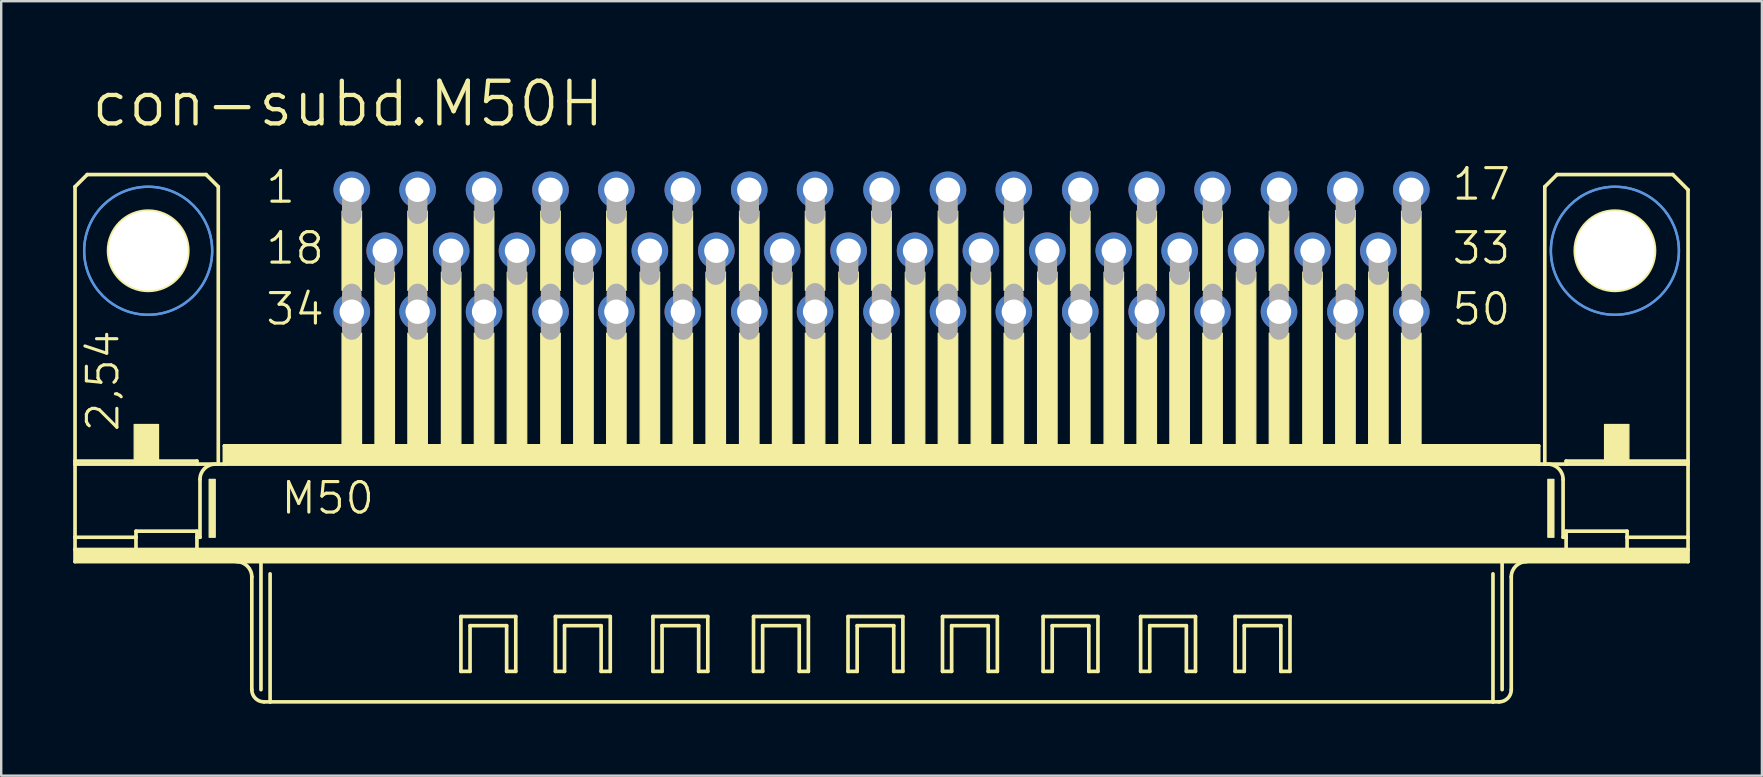
<source format=kicad_pcb>
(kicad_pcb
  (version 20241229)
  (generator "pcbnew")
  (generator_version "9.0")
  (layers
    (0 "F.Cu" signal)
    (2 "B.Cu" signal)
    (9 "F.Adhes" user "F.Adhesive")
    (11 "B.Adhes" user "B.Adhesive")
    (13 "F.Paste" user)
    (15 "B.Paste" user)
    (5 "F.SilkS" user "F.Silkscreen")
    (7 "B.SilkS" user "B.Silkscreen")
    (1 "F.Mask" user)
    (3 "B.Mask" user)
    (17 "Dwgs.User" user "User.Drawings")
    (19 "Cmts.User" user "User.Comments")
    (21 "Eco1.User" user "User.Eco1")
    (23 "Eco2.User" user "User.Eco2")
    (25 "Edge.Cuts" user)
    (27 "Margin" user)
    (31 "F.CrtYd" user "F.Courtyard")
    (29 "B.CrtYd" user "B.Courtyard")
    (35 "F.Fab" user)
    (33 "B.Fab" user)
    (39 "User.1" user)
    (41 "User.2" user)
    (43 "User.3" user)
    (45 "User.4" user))
  (footprint "con-subd.M50H"
    (layer "F.Cu")
    (at 33.68 7.398)
    (property "Reference" "con-subd.M50H" (at -33.02 -5.08 0) (layer "F.SilkS") (effects (font (size 1.778 1.778) (thickness 0.18)) (justify left bottom)))
    (attr through_hole)
    (fp_line (start -33.604 -2.667) (end -33.604 8.763) (stroke (width 0.152) (type default)) (layer "F.SilkS"))
    (fp_line (start -33.604 8.89) (end -33.604 8.763) (stroke (width 0.152) (type default)) (layer "F.SilkS"))
    (fp_line (start -33.604 11.938) (end -33.604 8.89) (stroke (width 0.152) (type default)) (layer "F.SilkS"))
    (fp_line (start -33.604 12.446) (end -33.604 11.938) (stroke (width 0.152) (type default)) (layer "F.SilkS"))
    (fp_line (start -33.604 12.954) (end -33.604 12.446) (stroke (width 0.152) (type default)) (layer "F.SilkS"))
    (fp_line (start -33.096 -3.175) (end -33.604 -2.667) (stroke (width 0.152) (type default)) (layer "F.SilkS"))
    (fp_line (start -31.064 11.938) (end -33.604 11.938) (stroke (width 0.152) (type default)) (layer "F.SilkS"))
    (fp_line (start -31.064 11.938) (end -31.064 11.684) (stroke (width 0.152) (type default)) (layer "F.SilkS"))
    (fp_line (start -31.064 11.938) (end -31.064 12.446) (stroke (width 0.152) (type default)) (layer "F.SilkS"))
    (fp_line (start -31.064 12.446) (end -33.604 12.446) (stroke (width 0.152) (type default)) (layer "F.SilkS"))
    (fp_line (start -28.524 8.763) (end -33.604 8.763) (stroke (width 0.152) (type default)) (layer "F.SilkS"))
    (fp_line (start -28.524 8.763) (end -28.524 8.89) (stroke (width 0.152) (type default)) (layer "F.SilkS"))
    (fp_line (start -28.524 8.89) (end -33.604 8.89) (stroke (width 0.152) (type default)) (layer "F.SilkS"))
    (fp_line (start -28.524 11.684) (end -31.064 11.684) (stroke (width 0.152) (type default)) (layer "F.SilkS"))
    (fp_line (start -28.524 11.684) (end -28.524 11.938) (stroke (width 0.152) (type default)) (layer "F.SilkS"))
    (fp_line (start -28.524 11.938) (end -28.524 12.446) (stroke (width 0.152) (type default)) (layer "F.SilkS"))
    (fp_line (start -28.524 12.446) (end -31.064 12.446) (stroke (width 0.152) (type default)) (layer "F.SilkS"))
    (fp_line (start -28.397 9.525) (end -28.397 11.938) (stroke (width 0.152) (type default)) (layer "F.SilkS"))
    (fp_line (start -28.397 11.938) (end -28.524 11.938) (stroke (width 0.152) (type default)) (layer "F.SilkS"))
    (fp_line (start -28.143 -3.175) (end -33.096 -3.175) (stroke (width 0.152) (type default)) (layer "F.SilkS"))
    (fp_line (start -27.635 -2.667) (end -28.143 -3.175) (stroke (width 0.152) (type default)) (layer "F.SilkS"))
    (fp_line (start -27.635 -2.667) (end -27.635 8.89) (stroke (width 0.152) (type default)) (layer "F.SilkS"))
    (fp_line (start -27.635 8.89) (end -28.524 8.89) (stroke (width 0.152) (type default)) (layer "F.SilkS"))
    (fp_line (start -27.381 8.89) (end -27.635 8.89) (stroke (width 0.152) (type default)) (layer "F.SilkS"))
    (fp_line (start -27.381 8.89) (end -27.381 8.128) (stroke (width 0.152) (type default)) (layer "F.SilkS"))
    (fp_line (start -26.238 13.589) (end -26.238 18.288) (stroke (width 0.152) (type default)) (layer "F.SilkS"))
    (fp_line (start -25.857 12.954) (end -33.604 12.954) (stroke (width 0.152) (type default)) (layer "F.SilkS"))
    (fp_line (start -25.857 12.954) (end -25.857 18.288) (stroke (width 0.152) (type default)) (layer "F.SilkS"))
    (fp_line (start -25.476 13.462) (end -25.476 18.796) (stroke (width 0.152) (type default)) (layer "F.SilkS"))
    (fp_line (start -25.476 18.796) (end -25.73 18.796) (stroke (width 0.152) (type default)) (layer "F.SilkS"))
    (fp_line (start -17.526 15.24) (end -15.24 15.24) (stroke (width 0.152) (type default)) (layer "F.SilkS"))
    (fp_line (start -17.526 17.526) (end -17.526 15.24) (stroke (width 0.152) (type default)) (layer "F.SilkS"))
    (fp_line (start -17.145 15.621) (end -17.145 17.526) (stroke (width 0.152) (type default)) (layer "F.SilkS"))
    (fp_line (start -17.145 17.526) (end -17.526 17.526) (stroke (width 0.152) (type default)) (layer "F.SilkS"))
    (fp_line (start -15.621 15.621) (end -17.145 15.621) (stroke (width 0.152) (type default)) (layer "F.SilkS"))
    (fp_line (start -15.621 17.526) (end -15.621 15.621) (stroke (width 0.152) (type default)) (layer "F.SilkS"))
    (fp_line (start -15.24 15.24) (end -15.24 17.526) (stroke (width 0.152) (type default)) (layer "F.SilkS"))
    (fp_line (start -15.24 17.526) (end -15.621 17.526) (stroke (width 0.152) (type default)) (layer "F.SilkS"))
    (fp_line (start -13.589 15.24) (end -11.303 15.24) (stroke (width 0.152) (type default)) (layer "F.SilkS"))
    (fp_line (start -13.589 17.526) (end -13.589 15.24) (stroke (width 0.152) (type default)) (layer "F.SilkS"))
    (fp_line (start -13.208 15.621) (end -13.208 17.526) (stroke (width 0.152) (type default)) (layer "F.SilkS"))
    (fp_line (start -13.208 17.526) (end -13.589 17.526) (stroke (width 0.152) (type default)) (layer "F.SilkS"))
    (fp_line (start -11.684 15.621) (end -13.208 15.621) (stroke (width 0.152) (type default)) (layer "F.SilkS"))
    (fp_line (start -11.684 17.526) (end -11.684 15.621) (stroke (width 0.152) (type default)) (layer "F.SilkS"))
    (fp_line (start -11.303 15.24) (end -11.303 17.526) (stroke (width 0.152) (type default)) (layer "F.SilkS"))
    (fp_line (start -11.303 17.526) (end -11.684 17.526) (stroke (width 0.152) (type default)) (layer "F.SilkS"))
    (fp_line (start -9.525 15.24) (end -7.239 15.24) (stroke (width 0.152) (type default)) (layer "F.SilkS"))
    (fp_line (start -9.525 17.526) (end -9.525 15.24) (stroke (width 0.152) (type default)) (layer "F.SilkS"))
    (fp_line (start -9.144 15.621) (end -9.144 17.526) (stroke (width 0.152) (type default)) (layer "F.SilkS"))
    (fp_line (start -9.144 17.526) (end -9.525 17.526) (stroke (width 0.152) (type default)) (layer "F.SilkS"))
    (fp_line (start -7.62 15.621) (end -9.144 15.621) (stroke (width 0.152) (type default)) (layer "F.SilkS"))
    (fp_line (start -7.62 17.526) (end -7.62 15.621) (stroke (width 0.152) (type default)) (layer "F.SilkS"))
    (fp_line (start -7.239 15.24) (end -7.239 17.526) (stroke (width 0.152) (type default)) (layer "F.SilkS"))
    (fp_line (start -7.239 17.526) (end -7.62 17.526) (stroke (width 0.152) (type default)) (layer "F.SilkS"))
    (fp_line (start -5.334 15.24) (end -3.048 15.24) (stroke (width 0.152) (type default)) (layer "F.SilkS"))
    (fp_line (start -5.334 17.526) (end -5.334 15.24) (stroke (width 0.152) (type default)) (layer "F.SilkS"))
    (fp_line (start -4.953 15.621) (end -4.953 17.526) (stroke (width 0.152) (type default)) (layer "F.SilkS"))
    (fp_line (start -4.953 17.526) (end -5.334 17.526) (stroke (width 0.152) (type default)) (layer "F.SilkS"))
    (fp_line (start -3.429 15.621) (end -4.953 15.621) (stroke (width 0.152) (type default)) (layer "F.SilkS"))
    (fp_line (start -3.429 17.526) (end -3.429 15.621) (stroke (width 0.152) (type default)) (layer "F.SilkS"))
    (fp_line (start -3.048 15.24) (end -3.048 17.526) (stroke (width 0.152) (type default)) (layer "F.SilkS"))
    (fp_line (start -3.048 17.526) (end -3.429 17.526) (stroke (width 0.152) (type default)) (layer "F.SilkS"))
    (fp_line (start -1.397 15.24) (end 0.889 15.24) (stroke (width 0.152) (type default)) (layer "F.SilkS"))
    (fp_line (start -1.397 17.526) (end -1.397 15.24) (stroke (width 0.152) (type default)) (layer "F.SilkS"))
    (fp_line (start -1.016 15.621) (end -1.016 17.526) (stroke (width 0.152) (type default)) (layer "F.SilkS"))
    (fp_line (start -1.016 17.526) (end -1.397 17.526) (stroke (width 0.152) (type default)) (layer "F.SilkS"))
    (fp_line (start 0.508 15.621) (end -1.016 15.621) (stroke (width 0.152) (type default)) (layer "F.SilkS"))
    (fp_line (start 0.508 17.526) (end 0.508 15.621) (stroke (width 0.152) (type default)) (layer "F.SilkS"))
    (fp_line (start 0.889 15.24) (end 0.889 17.526) (stroke (width 0.152) (type default)) (layer "F.SilkS"))
    (fp_line (start 0.889 17.526) (end 0.508 17.526) (stroke (width 0.152) (type default)) (layer "F.SilkS"))
    (fp_line (start 2.54 15.24) (end 4.826 15.24) (stroke (width 0.152) (type default)) (layer "F.SilkS"))
    (fp_line (start 2.54 17.526) (end 2.54 15.24) (stroke (width 0.152) (type default)) (layer "F.SilkS"))
    (fp_line (start 2.921 15.621) (end 2.921 17.526) (stroke (width 0.152) (type default)) (layer "F.SilkS"))
    (fp_line (start 2.921 17.526) (end 2.54 17.526) (stroke (width 0.152) (type default)) (layer "F.SilkS"))
    (fp_line (start 4.445 15.621) (end 2.921 15.621) (stroke (width 0.152) (type default)) (layer "F.SilkS"))
    (fp_line (start 4.445 17.526) (end 4.445 15.621) (stroke (width 0.152) (type default)) (layer "F.SilkS"))
    (fp_line (start 4.826 15.24) (end 4.826 17.526) (stroke (width 0.152) (type default)) (layer "F.SilkS"))
    (fp_line (start 4.826 17.526) (end 4.445 17.526) (stroke (width 0.152) (type default)) (layer "F.SilkS"))
    (fp_line (start 6.731 15.24) (end 9.017 15.24) (stroke (width 0.152) (type default)) (layer "F.SilkS"))
    (fp_line (start 6.731 17.526) (end 6.731 15.24) (stroke (width 0.152) (type default)) (layer "F.SilkS"))
    (fp_line (start 7.112 15.621) (end 7.112 17.526) (stroke (width 0.152) (type default)) (layer "F.SilkS"))
    (fp_line (start 7.112 17.526) (end 6.731 17.526) (stroke (width 0.152) (type default)) (layer "F.SilkS"))
    (fp_line (start 8.636 15.621) (end 7.112 15.621) (stroke (width 0.152) (type default)) (layer "F.SilkS"))
    (fp_line (start 8.636 17.526) (end 8.636 15.621) (stroke (width 0.152) (type default)) (layer "F.SilkS"))
    (fp_line (start 9.017 15.24) (end 9.017 17.526) (stroke (width 0.152) (type default)) (layer "F.SilkS"))
    (fp_line (start 9.017 17.526) (end 8.636 17.526) (stroke (width 0.152) (type default)) (layer "F.SilkS"))
    (fp_line (start 10.795 15.24) (end 13.081 15.24) (stroke (width 0.152) (type default)) (layer "F.SilkS"))
    (fp_line (start 10.795 17.526) (end 10.795 15.24) (stroke (width 0.152) (type default)) (layer "F.SilkS"))
    (fp_line (start 11.176 15.621) (end 11.176 17.526) (stroke (width 0.152) (type default)) (layer "F.SilkS"))
    (fp_line (start 11.176 17.526) (end 10.795 17.526) (stroke (width 0.152) (type default)) (layer "F.SilkS"))
    (fp_line (start 12.7 15.621) (end 11.176 15.621) (stroke (width 0.152) (type default)) (layer "F.SilkS"))
    (fp_line (start 12.7 17.526) (end 12.7 15.621) (stroke (width 0.152) (type default)) (layer "F.SilkS"))
    (fp_line (start 13.081 15.24) (end 13.081 17.526) (stroke (width 0.152) (type default)) (layer "F.SilkS"))
    (fp_line (start 13.081 17.526) (end 12.7 17.526) (stroke (width 0.152) (type default)) (layer "F.SilkS"))
    (fp_line (start 14.732 15.24) (end 17.018 15.24) (stroke (width 0.152) (type default)) (layer "F.SilkS"))
    (fp_line (start 14.732 17.526) (end 14.732 15.24) (stroke (width 0.152) (type default)) (layer "F.SilkS"))
    (fp_line (start 15.113 15.621) (end 15.113 17.526) (stroke (width 0.152) (type default)) (layer "F.SilkS"))
    (fp_line (start 15.113 17.526) (end 14.732 17.526) (stroke (width 0.152) (type default)) (layer "F.SilkS"))
    (fp_line (start 16.637 15.621) (end 15.113 15.621) (stroke (width 0.152) (type default)) (layer "F.SilkS"))
    (fp_line (start 16.637 17.526) (end 16.637 15.621) (stroke (width 0.152) (type default)) (layer "F.SilkS"))
    (fp_line (start 17.018 15.24) (end 17.018 17.526) (stroke (width 0.152) (type default)) (layer "F.SilkS"))
    (fp_line (start 17.018 17.526) (end 16.637 17.526) (stroke (width 0.152) (type default)) (layer "F.SilkS"))
    (fp_line (start 25.476 13.462) (end 25.476 18.796) (stroke (width 0.152) (type default)) (layer "F.SilkS"))
    (fp_line (start 25.476 18.796) (end -25.476 18.796) (stroke (width 0.152) (type default)) (layer "F.SilkS"))
    (fp_line (start 25.73 18.796) (end 25.476 18.796) (stroke (width 0.152) (type default)) (layer "F.SilkS"))
    (fp_line (start 25.857 12.954) (end -25.857 12.954) (stroke (width 0.152) (type default)) (layer "F.SilkS"))
    (fp_line (start 25.857 12.954) (end 25.857 18.288) (stroke (width 0.152) (type default)) (layer "F.SilkS"))
    (fp_line (start 26.238 13.589) (end 26.238 18.288) (stroke (width 0.152) (type default)) (layer "F.SilkS"))
    (fp_line (start 27.381 8.128) (end -27.381 8.128) (stroke (width 0.152) (type default)) (layer "F.SilkS"))
    (fp_line (start 27.381 8.89) (end -27.381 8.89) (stroke (width 0.152) (type default)) (layer "F.SilkS"))
    (fp_line (start 27.381 8.89) (end 27.381 8.128) (stroke (width 0.152) (type default)) (layer "F.SilkS"))
    (fp_line (start 27.635 -2.667) (end 27.635 8.89) (stroke (width 0.152) (type default)) (layer "F.SilkS"))
    (fp_line (start 27.635 8.89) (end 27.381 8.89) (stroke (width 0.152) (type default)) (layer "F.SilkS"))
    (fp_line (start 28.143 -3.175) (end 27.635 -2.667) (stroke (width 0.152) (type default)) (layer "F.SilkS"))
    (fp_line (start 28.143 -3.175) (end 32.969 -3.175) (stroke (width 0.152) (type default)) (layer "F.SilkS"))
    (fp_line (start 28.397 9.525) (end 28.397 11.938) (stroke (width 0.152) (type default)) (layer "F.SilkS"))
    (fp_line (start 28.524 8.763) (end 28.524 8.89) (stroke (width 0.152) (type default)) (layer "F.SilkS"))
    (fp_line (start 28.524 8.89) (end 27.635 8.89) (stroke (width 0.152) (type default)) (layer "F.SilkS"))
    (fp_line (start 28.524 11.684) (end 28.524 11.938) (stroke (width 0.152) (type default)) (layer "F.SilkS"))
    (fp_line (start 28.524 11.938) (end 28.397 11.938) (stroke (width 0.152) (type default)) (layer "F.SilkS"))
    (fp_line (start 28.524 11.938) (end 28.524 12.446) (stroke (width 0.152) (type default)) (layer "F.SilkS"))
    (fp_line (start 28.524 12.446) (end -28.524 12.446) (stroke (width 0.152) (type default)) (layer "F.SilkS"))
    (fp_line (start 31.064 11.684) (end 28.524 11.684) (stroke (width 0.152) (type default)) (layer "F.SilkS"))
    (fp_line (start 31.064 11.938) (end 31.064 11.684) (stroke (width 0.152) (type default)) (layer "F.SilkS"))
    (fp_line (start 31.064 11.938) (end 31.064 12.446) (stroke (width 0.152) (type default)) (layer "F.SilkS"))
    (fp_line (start 31.064 12.446) (end 28.524 12.446) (stroke (width 0.152) (type default)) (layer "F.SilkS"))
    (fp_line (start 32.969 -3.175) (end 33.604 -2.54) (stroke (width 0.152) (type default)) (layer "F.SilkS"))
    (fp_line (start 33.604 -2.54) (end 33.604 8.763) (stroke (width 0.152) (type default)) (layer "F.SilkS"))
    (fp_line (start 33.604 8.763) (end 28.524 8.763) (stroke (width 0.152) (type default)) (layer "F.SilkS"))
    (fp_line (start 33.604 8.89) (end 28.524 8.89) (stroke (width 0.152) (type default)) (layer "F.SilkS"))
    (fp_line (start 33.604 8.89) (end 33.604 8.763) (stroke (width 0.152) (type default)) (layer "F.SilkS"))
    (fp_line (start 33.604 8.89) (end 33.604 11.938) (stroke (width 0.152) (type default)) (layer "F.SilkS"))
    (fp_line (start 33.604 11.938) (end 31.064 11.938) (stroke (width 0.152) (type default)) (layer "F.SilkS"))
    (fp_line (start 33.604 11.938) (end 33.604 12.446) (stroke (width 0.152) (type default)) (layer "F.SilkS"))
    (fp_line (start 33.604 12.446) (end 31.064 12.446) (stroke (width 0.152) (type default)) (layer "F.SilkS"))
    (fp_line (start 33.604 12.446) (end 33.604 12.954) (stroke (width 0.152) (type default)) (layer "F.SilkS"))
    (fp_line (start 33.604 12.954) (end 25.857 12.954) (stroke (width 0.152) (type default)) (layer "F.SilkS"))
    (fp_rect (start -33.604 12.954) (end 33.579 12.446) (stroke (width 0.05) (type default)) (fill yes) (layer "F.SilkS"))
    (fp_rect (start -31.14 8.89) (end -30.124 7.239) (stroke (width 0.05) (type default)) (fill yes) (layer "F.SilkS"))
    (fp_rect (start -28.016 11.938) (end -27.762 9.525) (stroke (width 0.05) (type default)) (fill yes) (layer "F.SilkS"))
    (fp_rect (start -27.381 8.89) (end 27.356 8.128) (stroke (width 0.05) (type default)) (fill yes) (layer "F.SilkS"))
    (fp_rect (start -22.479 1.651) (end -21.666 -1.651) (stroke (width 0.05) (type default)) (fill yes) (layer "F.SilkS"))
    (fp_rect (start -22.479 8.128) (end -21.666 3.429) (stroke (width 0.05) (type default)) (fill yes) (layer "F.SilkS"))
    (fp_rect (start -21.107 8.128) (end -20.295 0.889) (stroke (width 0.05) (type default)) (fill yes) (layer "F.SilkS"))
    (fp_rect (start -19.736 1.651) (end -18.923 -1.651) (stroke (width 0.05) (type default)) (fill yes) (layer "F.SilkS"))
    (fp_rect (start -19.736 8.128) (end -18.923 3.429) (stroke (width 0.05) (type default)) (fill yes) (layer "F.SilkS"))
    (fp_rect (start -18.339 8.128) (end -17.526 0.889) (stroke (width 0.05) (type default)) (fill yes) (layer "F.SilkS"))
    (fp_rect (start -16.967 1.651) (end -16.154 -1.651) (stroke (width 0.05) (type default)) (fill yes) (layer "F.SilkS"))
    (fp_rect (start -16.967 8.128) (end -16.154 3.429) (stroke (width 0.05) (type default)) (fill yes) (layer "F.SilkS"))
    (fp_rect (start -15.596 8.128) (end -14.783 0.889) (stroke (width 0.05) (type default)) (fill yes) (layer "F.SilkS"))
    (fp_rect (start -14.199 1.651) (end -13.386 -1.651) (stroke (width 0.05) (type default)) (fill yes) (layer "F.SilkS"))
    (fp_rect (start -14.199 8.128) (end -13.386 3.429) (stroke (width 0.05) (type default)) (fill yes) (layer "F.SilkS"))
    (fp_rect (start -12.827 8.128) (end -12.014 0.889) (stroke (width 0.05) (type default)) (fill yes) (layer "F.SilkS"))
    (fp_rect (start -11.455 1.651) (end -10.643 -1.651) (stroke (width 0.05) (type default)) (fill yes) (layer "F.SilkS"))
    (fp_rect (start -11.455 8.128) (end -10.643 3.429) (stroke (width 0.05) (type default)) (fill yes) (layer "F.SilkS"))
    (fp_rect (start -10.058 8.128) (end -9.246 0.889) (stroke (width 0.05) (type default)) (fill yes) (layer "F.SilkS"))
    (fp_rect (start -8.687 1.651) (end -7.874 -1.651) (stroke (width 0.05) (type default)) (fill yes) (layer "F.SilkS"))
    (fp_rect (start -8.687 8.128) (end -7.874 3.429) (stroke (width 0.05) (type default)) (fill yes) (layer "F.SilkS"))
    (fp_rect (start -7.315 8.128) (end -6.502 0.889) (stroke (width 0.05) (type default)) (fill yes) (layer "F.SilkS"))
    (fp_rect (start -5.918 1.651) (end -5.105 -1.651) (stroke (width 0.05) (type default)) (fill yes) (layer "F.SilkS"))
    (fp_rect (start -5.918 8.128) (end -5.105 3.429) (stroke (width 0.05) (type default)) (fill yes) (layer "F.SilkS"))
    (fp_rect (start -4.547 8.128) (end -3.734 0.889) (stroke (width 0.05) (type default)) (fill yes) (layer "F.SilkS"))
    (fp_rect (start -3.175 1.651) (end -2.362 -1.651) (stroke (width 0.05) (type default)) (fill yes) (layer "F.SilkS"))
    (fp_rect (start -3.175 8.128) (end -2.362 3.429) (stroke (width 0.05) (type default)) (fill yes) (layer "F.SilkS"))
    (fp_rect (start -1.778 8.128) (end -0.965 0.889) (stroke (width 0.05) (type default)) (fill yes) (layer "F.SilkS"))
    (fp_rect (start -0.406 1.651) (end 0.406 -1.651) (stroke (width 0.05) (type default)) (fill yes) (layer "F.SilkS"))
    (fp_rect (start -0.406 8.128) (end 0.406 3.429) (stroke (width 0.05) (type default)) (fill yes) (layer "F.SilkS"))
    (fp_rect (start 0.991 8.128) (end 1.803 0.889) (stroke (width 0.05) (type default)) (fill yes) (layer "F.SilkS"))
    (fp_rect (start 2.362 1.651) (end 3.175 -1.651) (stroke (width 0.05) (type default)) (fill yes) (layer "F.SilkS"))
    (fp_rect (start 2.362 8.128) (end 3.175 3.429) (stroke (width 0.05) (type default)) (fill yes) (layer "F.SilkS"))
    (fp_rect (start 3.734 8.128) (end 4.547 0.889) (stroke (width 0.05) (type default)) (fill yes) (layer "F.SilkS"))
    (fp_rect (start 5.105 1.651) (end 5.918 -1.651) (stroke (width 0.05) (type default)) (fill yes) (layer "F.SilkS"))
    (fp_rect (start 5.105 8.128) (end 5.918 3.429) (stroke (width 0.05) (type default)) (fill yes) (layer "F.SilkS"))
    (fp_rect (start 6.502 8.128) (end 7.315 0.889) (stroke (width 0.05) (type default)) (fill yes) (layer "F.SilkS"))
    (fp_rect (start 7.874 1.651) (end 8.687 -1.651) (stroke (width 0.05) (type default)) (fill yes) (layer "F.SilkS"))
    (fp_rect (start 7.874 8.128) (end 8.687 3.429) (stroke (width 0.05) (type default)) (fill yes) (layer "F.SilkS"))
    (fp_rect (start 9.271 8.128) (end 10.084 0.889) (stroke (width 0.05) (type default)) (fill yes) (layer "F.SilkS"))
    (fp_rect (start 10.643 1.651) (end 11.455 -1.651) (stroke (width 0.05) (type default)) (fill yes) (layer "F.SilkS"))
    (fp_rect (start 10.643 8.128) (end 11.455 3.429) (stroke (width 0.05) (type default)) (fill yes) (layer "F.SilkS"))
    (fp_rect (start 12.014 8.128) (end 12.827 0.889) (stroke (width 0.05) (type default)) (fill yes) (layer "F.SilkS"))
    (fp_rect (start 13.386 1.651) (end 14.199 -1.651) (stroke (width 0.05) (type default)) (fill yes) (layer "F.SilkS"))
    (fp_rect (start 13.386 8.128) (end 14.199 3.429) (stroke (width 0.05) (type default)) (fill yes) (layer "F.SilkS"))
    (fp_rect (start 14.783 8.128) (end 15.596 0.889) (stroke (width 0.05) (type default)) (fill yes) (layer "F.SilkS"))
    (fp_rect (start 16.154 1.651) (end 16.967 -1.651) (stroke (width 0.05) (type default)) (fill yes) (layer "F.SilkS"))
    (fp_rect (start 16.154 8.128) (end 16.967 3.429) (stroke (width 0.05) (type default)) (fill yes) (layer "F.SilkS"))
    (fp_rect (start 17.551 8.128) (end 18.364 0.889) (stroke (width 0.05) (type default)) (fill yes) (layer "F.SilkS"))
    (fp_rect (start 18.923 1.626) (end 19.736 -1.676) (stroke (width 0.05) (type default)) (fill yes) (layer "F.SilkS"))
    (fp_rect (start 18.923 8.128) (end 19.736 3.429) (stroke (width 0.05) (type default)) (fill yes) (layer "F.SilkS"))
    (fp_rect (start 20.295 8.128) (end 21.107 0.889) (stroke (width 0.05) (type default)) (fill yes) (layer "F.SilkS"))
    (fp_rect (start 21.666 1.651) (end 22.479 -1.651) (stroke (width 0.05) (type default)) (fill yes) (layer "F.SilkS"))
    (fp_rect (start 21.666 8.128) (end 22.479 3.429) (stroke (width 0.05) (type default)) (fill yes) (layer "F.SilkS"))
    (fp_rect (start 27.762 11.938) (end 28.016 9.525) (stroke (width 0.05) (type default)) (fill yes) (layer "F.SilkS"))
    (fp_rect (start 30.124 8.89) (end 31.14 7.239) (stroke (width 0.05) (type default)) (fill yes) (layer "F.SilkS"))
    (fp_arc (start -28.3972 9.525) (mid -28.211213 9.075987) (end -27.7622 8.89) (stroke (width 0.1524) (type default)) (layer "F.SilkS"))
    (fp_arc (start -26.8732 12.954) (mid -26.424187 13.139987) (end -26.2382 13.589) (stroke (width 0.1524) (type default)) (layer "F.SilkS"))
    (fp_arc (start -25.7302 18.796) (mid -26.08941 18.64721) (end -26.2382 18.288) (stroke (width 0.1524) (type default)) (layer "F.SilkS"))
    (fp_arc (start 26.2382 13.589) (mid 26.424187 13.139987) (end 26.8732 12.954) (stroke (width 0.1524) (type default)) (layer "F.SilkS"))
    (fp_arc (start 26.2382 18.288) (mid 26.08941 18.64721) (end 25.7302 18.796) (stroke (width 0.1524) (type default)) (layer "F.SilkS"))
    (fp_arc (start 27.7622 8.89) (mid 28.211213 9.075987) (end 28.3972 9.525) (stroke (width 0.1524) (type default)) (layer "F.SilkS"))
    (fp_circle (center -30.556 0) (end -28.905 0) (stroke (width 0.152) (type default)) (fill no) (layer "F.SilkS"))
    (fp_circle (center 30.556 0) (end 32.207 0) (stroke (width 0.152) (type default)) (fill no) (layer "F.SilkS"))
    (fp_circle (center -30.556 0) (end -27.889 0) (stroke (width 0.1) (type default)) (fill no) (layer "Cmts.User"))
    (fp_circle (center -30.556 0) (end -27.889 0) (stroke (width 0.1) (type default)) (fill no) (layer "Cmts.User"))
    (fp_circle (center 30.556 0) (end 33.223 0) (stroke (width 0.1) (type default)) (fill no) (layer "Cmts.User"))
    (fp_circle (center 30.556 0) (end 33.223 0) (stroke (width 0.1) (type default)) (fill no) (layer "Cmts.User"))
    (fp_line (start -22.073 -2.54) (end -22.073 -1.524) (stroke (width 0.813) (type default)) (layer "F.Fab"))
    (fp_line (start -22.073 1.778) (end -22.073 3.302) (stroke (width 0.813) (type default)) (layer "F.Fab"))
    (fp_line (start -20.701 0) (end -20.701 1.016) (stroke (width 0.813) (type default)) (layer "F.Fab"))
    (fp_line (start -19.329 -2.54) (end -19.329 -1.524) (stroke (width 0.813) (type default)) (layer "F.Fab"))
    (fp_line (start -19.329 1.778) (end -19.329 3.302) (stroke (width 0.813) (type default)) (layer "F.Fab"))
    (fp_line (start -17.932 0) (end -17.932 1.016) (stroke (width 0.813) (type default)) (layer "F.Fab"))
    (fp_line (start -16.561 -2.54) (end -16.561 -1.524) (stroke (width 0.813) (type default)) (layer "F.Fab"))
    (fp_line (start -16.561 1.778) (end -16.561 3.302) (stroke (width 0.813) (type default)) (layer "F.Fab"))
    (fp_line (start -15.189 0) (end -15.189 1.016) (stroke (width 0.813) (type default)) (layer "F.Fab"))
    (fp_line (start -13.792 -2.54) (end -13.792 -1.524) (stroke (width 0.813) (type default)) (layer "F.Fab"))
    (fp_line (start -13.792 1.778) (end -13.792 3.302) (stroke (width 0.813) (type default)) (layer "F.Fab"))
    (fp_line (start -12.421 0) (end -12.421 1.016) (stroke (width 0.813) (type default)) (layer "F.Fab"))
    (fp_line (start -11.049 -2.54) (end -11.049 -1.524) (stroke (width 0.813) (type default)) (layer "F.Fab"))
    (fp_line (start -11.049 1.778) (end -11.049 3.302) (stroke (width 0.813) (type default)) (layer "F.Fab"))
    (fp_line (start -9.652 0) (end -9.652 1.016) (stroke (width 0.813) (type default)) (layer "F.Fab"))
    (fp_line (start -8.28 -2.54) (end -8.28 -1.524) (stroke (width 0.813) (type default)) (layer "F.Fab"))
    (fp_line (start -8.28 1.778) (end -8.28 3.302) (stroke (width 0.813) (type default)) (layer "F.Fab"))
    (fp_line (start -6.909 0) (end -6.909 1.016) (stroke (width 0.813) (type default)) (layer "F.Fab"))
    (fp_line (start -5.512 -2.54) (end -5.512 -1.524) (stroke (width 0.813) (type default)) (layer "F.Fab"))
    (fp_line (start -5.512 1.778) (end -5.512 3.302) (stroke (width 0.813) (type default)) (layer "F.Fab"))
    (fp_line (start -4.14 0) (end -4.14 1.016) (stroke (width 0.813) (type default)) (layer "F.Fab"))
    (fp_line (start -2.769 -2.54) (end -2.769 -1.524) (stroke (width 0.813) (type default)) (layer "F.Fab"))
    (fp_line (start -2.769 1.753) (end -2.769 3.277) (stroke (width 0.813) (type default)) (layer "F.Fab"))
    (fp_line (start -1.372 0) (end -1.372 1.016) (stroke (width 0.813) (type default)) (layer "F.Fab"))
    (fp_line (start 0 -2.54) (end 0 -1.524) (stroke (width 0.813) (type default)) (layer "F.Fab"))
    (fp_line (start 0 1.778) (end 0 3.302) (stroke (width 0.813) (type default)) (layer "F.Fab"))
    (fp_line (start 1.397 0) (end 1.397 1.016) (stroke (width 0.813) (type default)) (layer "F.Fab"))
    (fp_line (start 2.769 -2.54) (end 2.769 -1.524) (stroke (width 0.813) (type default)) (layer "F.Fab"))
    (fp_line (start 2.769 1.778) (end 2.769 3.302) (stroke (width 0.813) (type default)) (layer "F.Fab"))
    (fp_line (start 4.14 0) (end 4.14 1.016) (stroke (width 0.813) (type default)) (layer "F.Fab"))
    (fp_line (start 5.512 -2.54) (end 5.512 -1.524) (stroke (width 0.813) (type default)) (layer "F.Fab"))
    (fp_line (start 5.512 1.778) (end 5.512 3.302) (stroke (width 0.813) (type default)) (layer "F.Fab"))
    (fp_line (start 6.909 0) (end 6.909 1.016) (stroke (width 0.813) (type default)) (layer "F.Fab"))
    (fp_line (start 8.28 -2.54) (end 8.28 -1.524) (stroke (width 0.813) (type default)) (layer "F.Fab"))
    (fp_line (start 8.28 1.778) (end 8.28 3.302) (stroke (width 0.813) (type default)) (layer "F.Fab"))
    (fp_line (start 9.677 0) (end 9.677 1.016) (stroke (width 0.813) (type default)) (layer "F.Fab"))
    (fp_line (start 11.049 -2.54) (end 11.049 -1.524) (stroke (width 0.813) (type default)) (layer "F.Fab"))
    (fp_line (start 11.049 1.778) (end 11.049 3.302) (stroke (width 0.813) (type default)) (layer "F.Fab"))
    (fp_line (start 12.421 0) (end 12.421 1.016) (stroke (width 0.813) (type default)) (layer "F.Fab"))
    (fp_line (start 13.792 -2.54) (end 13.792 -1.524) (stroke (width 0.813) (type default)) (layer "F.Fab"))
    (fp_line (start 13.792 1.778) (end 13.792 3.302) (stroke (width 0.813) (type default)) (layer "F.Fab"))
    (fp_line (start 15.189 0) (end 15.189 1.016) (stroke (width 0.813) (type default)) (layer "F.Fab"))
    (fp_line (start 16.561 -2.54) (end 16.561 -1.524) (stroke (width 0.813) (type default)) (layer "F.Fab"))
    (fp_line (start 16.561 1.778) (end 16.561 3.302) (stroke (width 0.813) (type default)) (layer "F.Fab"))
    (fp_line (start 17.958 0) (end 17.958 1.016) (stroke (width 0.813) (type default)) (layer "F.Fab"))
    (fp_line (start 19.329 -2.54) (end 19.329 -1.524) (stroke (width 0.813) (type default)) (layer "F.Fab"))
    (fp_line (start 19.329 1.778) (end 19.329 3.302) (stroke (width 0.813) (type default)) (layer "F.Fab"))
    (fp_line (start 20.701 0) (end 20.701 1.016) (stroke (width 0.813) (type default)) (layer "F.Fab"))
    (fp_line (start 22.073 -2.54) (end 22.073 -1.524) (stroke (width 0.813) (type default)) (layer "F.Fab"))
    (fp_line (start 22.073 1.778) (end 22.073 3.302) (stroke (width 0.813) (type default)) (layer "F.Fab"))
    (fp_text user "17" (at 23.698 -2.032 0) (layer "F.SilkS") (effects (font (size 1.27 1.27) (thickness 0.13)) (justify left bottom)))
    (fp_text user "M50" (at -25.095 11.049 0) (layer "F.SilkS") (effects (font (size 1.27 1.27) (thickness 0.13)) (justify left bottom)))
    (fp_text user "2,54" (at -31.699 7.62 90) (layer "F.SilkS") (effects (font (size 1.27 1.27) (thickness 0.13)) (justify left bottom)))
    (fp_text user "1" (at -25.73 -1.905 0) (layer "F.SilkS") (effects (font (size 1.27 1.27) (thickness 0.13)) (justify left bottom)))
    (fp_text user "34" (at -25.73 3.175 0) (layer "F.SilkS") (effects (font (size 1.27 1.27) (thickness 0.13)) (justify left bottom)))
    (fp_text user "50" (at 23.698 3.175 0) (layer "F.SilkS") (effects (font (size 1.27 1.27) (thickness 0.13)) (justify left bottom)))
    (fp_text user "33" (at 23.698 0.635 0) (layer "F.SilkS") (effects (font (size 1.27 1.27) (thickness 0.13)) (justify left bottom)))
    (fp_text user "18" (at -25.73 0.635 0) (layer "F.SilkS") (effects (font (size 1.27 1.27) (thickness 0.13)) (justify left bottom)))
    (pad "" np_thru_hole circle (at -30.556 0) (size 3.302 3.302) (drill 3.302) (layers "*.Cu" "*.Mask"))
    (pad "" np_thru_hole circle (at 30.556 0) (size 3.302 3.302) (drill 3.302) (layers "*.Cu" "*.Mask"))
    (pad "1" thru_hole circle (at -22.073 -2.54) (size 1.524 1.524) (drill 1.016) (layers "*.Cu" "*.Mask"))
    (pad "2" thru_hole circle (at -19.329 -2.54) (size 1.524 1.524) (drill 1.016) (layers "*.Cu" "*.Mask"))
    (pad "3" thru_hole circle (at -16.561 -2.54) (size 1.524 1.524) (drill 1.016) (layers "*.Cu" "*.Mask"))
    (pad "4" thru_hole circle (at -13.792 -2.54) (size 1.524 1.524) (drill 1.016) (layers "*.Cu" "*.Mask"))
    (pad "5" thru_hole circle (at -11.049 -2.54) (size 1.524 1.524) (drill 1.016) (layers "*.Cu" "*.Mask"))
    (pad "6" thru_hole circle (at -8.28 -2.54) (size 1.524 1.524) (drill 1.016) (layers "*.Cu" "*.Mask"))
    (pad "7" thru_hole circle (at -5.512 -2.54) (size 1.524 1.524) (drill 1.016) (layers "*.Cu" "*.Mask"))
    (pad "8" thru_hole circle (at -2.769 -2.54) (size 1.524 1.524) (drill 1.016) (layers "*.Cu" "*.Mask"))
    (pad "9" thru_hole circle (at 0 -2.54) (size 1.524 1.524) (drill 1.016) (layers "*.Cu" "*.Mask"))
    (pad "10" thru_hole circle (at 2.769 -2.54) (size 1.524 1.524) (drill 1.016) (layers "*.Cu" "*.Mask"))
    (pad "11" thru_hole circle (at 5.512 -2.54) (size 1.524 1.524) (drill 1.016) (layers "*.Cu" "*.Mask"))
    (pad "12" thru_hole circle (at 8.28 -2.54) (size 1.524 1.524) (drill 1.016) (layers "*.Cu" "*.Mask"))
    (pad "13" thru_hole circle (at 11.049 -2.54) (size 1.524 1.524) (drill 1.016) (layers "*.Cu" "*.Mask"))
    (pad "14" thru_hole circle (at 13.792 -2.54) (size 1.524 1.524) (drill 1.016) (layers "*.Cu" "*.Mask"))
    (pad "15" thru_hole circle (at 16.561 -2.54) (size 1.524 1.524) (drill 1.016) (layers "*.Cu" "*.Mask"))
    (pad "16" thru_hole circle (at 19.329 -2.54) (size 1.524 1.524) (drill 1.016) (layers "*.Cu" "*.Mask"))
    (pad "17" thru_hole circle (at 22.073 -2.54) (size 1.524 1.524) (drill 1.016) (layers "*.Cu" "*.Mask"))
    (pad "18" thru_hole circle (at -20.701 0) (size 1.524 1.524) (drill 1.016) (layers "*.Cu" "*.Mask"))
    (pad "19" thru_hole circle (at -17.932 0) (size 1.524 1.524) (drill 1.016) (layers "*.Cu" "*.Mask"))
    (pad "20" thru_hole circle (at -15.189 0) (size 1.524 1.524) (drill 1.016) (layers "*.Cu" "*.Mask"))
    (pad "21" thru_hole circle (at -12.421 0) (size 1.524 1.524) (drill 1.016) (layers "*.Cu" "*.Mask"))
    (pad "22" thru_hole circle (at -9.652 0) (size 1.524 1.524) (drill 1.016) (layers "*.Cu" "*.Mask"))
    (pad "23" thru_hole circle (at -6.883 0) (size 1.524 1.524) (drill 1.016) (layers "*.Cu" "*.Mask"))
    (pad "24" thru_hole circle (at -4.14 0) (size 1.524 1.524) (drill 1.016) (layers "*.Cu" "*.Mask"))
    (pad "25" thru_hole circle (at -1.372 0) (size 1.524 1.524) (drill 1.016) (layers "*.Cu" "*.Mask"))
    (pad "26" thru_hole circle (at 1.397 0) (size 1.524 1.524) (drill 1.016) (layers "*.Cu" "*.Mask"))
    (pad "27" thru_hole circle (at 4.14 0) (size 1.524 1.524) (drill 1.016) (layers "*.Cu" "*.Mask"))
    (pad "28" thru_hole circle (at 6.909 0) (size 1.524 1.524) (drill 1.016) (layers "*.Cu" "*.Mask"))
    (pad "29" thru_hole circle (at 9.677 0) (size 1.524 1.524) (drill 1.016) (layers "*.Cu" "*.Mask"))
    (pad "30" thru_hole circle (at 12.421 0) (size 1.524 1.524) (drill 1.016) (layers "*.Cu" "*.Mask"))
    (pad "31" thru_hole circle (at 15.189 0) (size 1.524 1.524) (drill 1.016) (layers "*.Cu" "*.Mask"))
    (pad "32" thru_hole circle (at 17.958 0) (size 1.524 1.524) (drill 1.016) (layers "*.Cu" "*.Mask"))
    (pad "33" thru_hole circle (at 20.701 0) (size 1.524 1.524) (drill 1.016) (layers "*.Cu" "*.Mask"))
    (pad "34" thru_hole circle (at -22.073 2.54) (size 1.524 1.524) (drill 1.016) (layers "*.Cu" "*.Mask"))
    (pad "35" thru_hole circle (at -19.329 2.54) (size 1.524 1.524) (drill 1.016) (layers "*.Cu" "*.Mask"))
    (pad "36" thru_hole circle (at -16.561 2.54) (size 1.524 1.524) (drill 1.016) (layers "*.Cu" "*.Mask"))
    (pad "37" thru_hole circle (at -13.792 2.54) (size 1.524 1.524) (drill 1.016) (layers "*.Cu" "*.Mask"))
    (pad "38" thru_hole circle (at -11.049 2.54) (size 1.524 1.524) (drill 1.016) (layers "*.Cu" "*.Mask"))
    (pad "39" thru_hole circle (at -8.28 2.54) (size 1.524 1.524) (drill 1.016) (layers "*.Cu" "*.Mask"))
    (pad "40" thru_hole circle (at -5.512 2.54) (size 1.524 1.524) (drill 1.016) (layers "*.Cu" "*.Mask"))
    (pad "41" thru_hole circle (at -2.769 2.54) (size 1.524 1.524) (drill 1.016) (layers "*.Cu" "*.Mask"))
    (pad "42" thru_hole circle (at 0 2.54) (size 1.524 1.524) (drill 1.016) (layers "*.Cu" "*.Mask"))
    (pad "43" thru_hole circle (at 2.769 2.54) (size 1.524 1.524) (drill 1.016) (layers "*.Cu" "*.Mask"))
    (pad "44" thru_hole circle (at 5.512 2.54) (size 1.524 1.524) (drill 1.016) (layers "*.Cu" "*.Mask"))
    (pad "45" thru_hole circle (at 8.28 2.54) (size 1.524 1.524) (drill 1.016) (layers "*.Cu" "*.Mask"))
    (pad "46" thru_hole circle (at 11.049 2.54) (size 1.524 1.524) (drill 1.016) (layers "*.Cu" "*.Mask"))
    (pad "47" thru_hole circle (at 13.792 2.54) (size 1.524 1.524) (drill 1.016) (layers "*.Cu" "*.Mask"))
    (pad "48" thru_hole circle (at 16.561 2.54) (size 1.524 1.524) (drill 1.016) (layers "*.Cu" "*.Mask"))
    (pad "49" thru_hole circle (at 19.329 2.54) (size 1.524 1.524) (drill 1.016) (layers "*.Cu" "*.Mask"))
    (pad "50" thru_hole circle (at 22.073 2.54) (size 1.524 1.524) (drill 1.016) (layers "*.Cu" "*.Mask")))
  (gr_rect
    (start -3 -3)
    (end 70.361 29.27)
    (stroke (width 0.1) (type default))
    (fill no)
    (layer "Edge.Cuts")))
</source>
